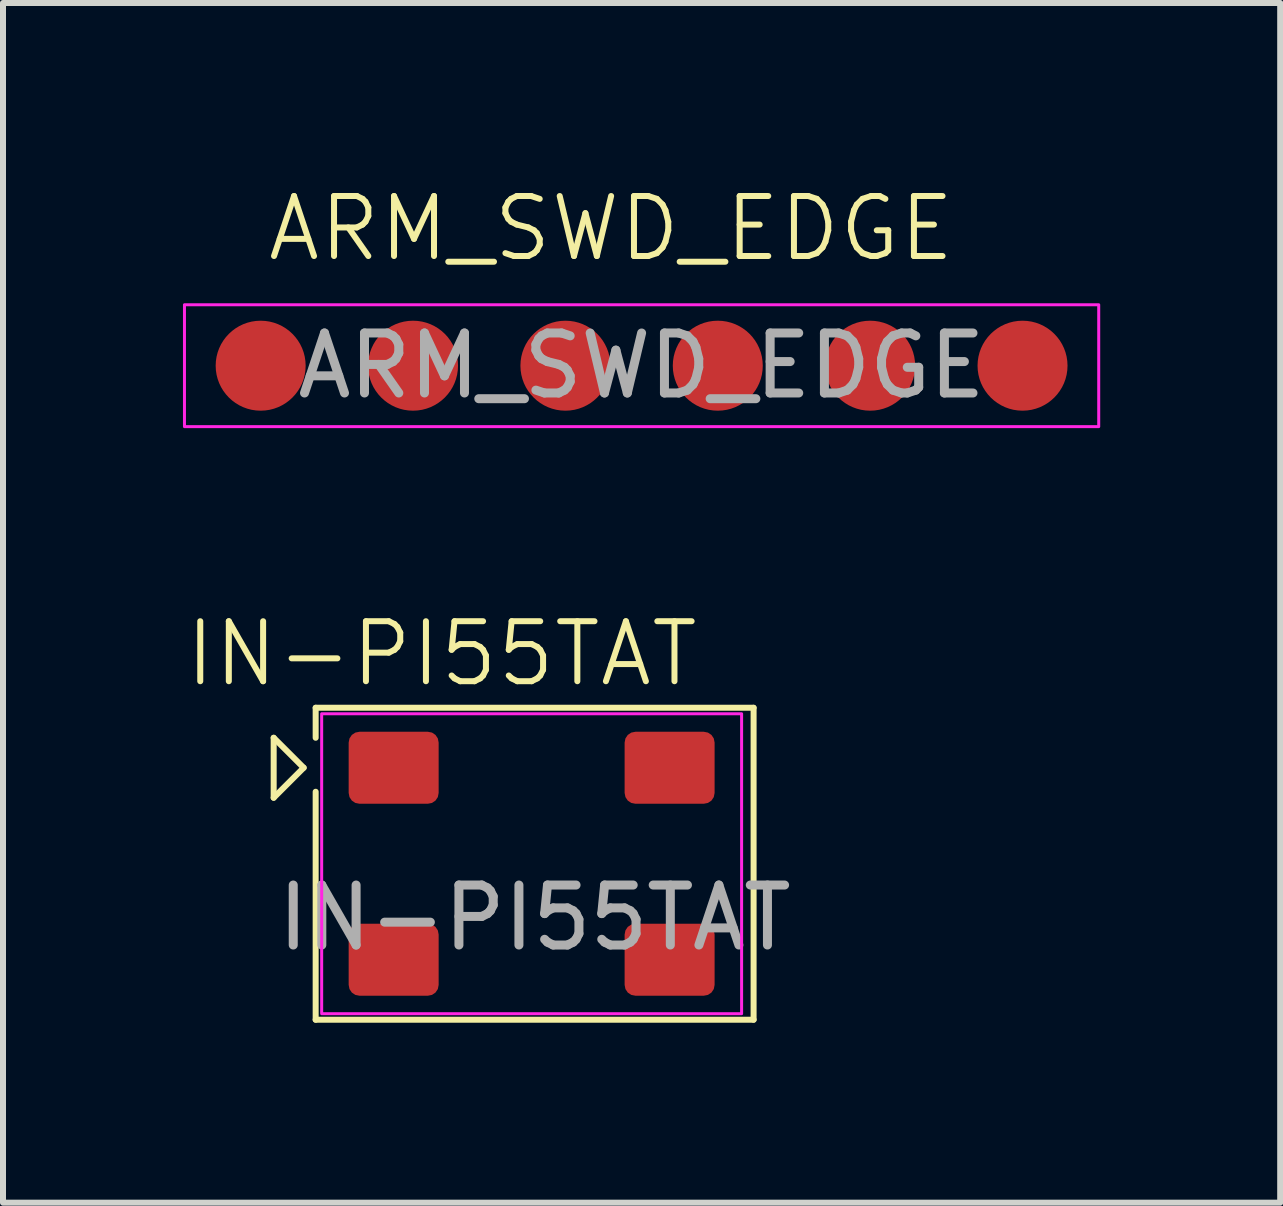
<source format=kicad_pcb>
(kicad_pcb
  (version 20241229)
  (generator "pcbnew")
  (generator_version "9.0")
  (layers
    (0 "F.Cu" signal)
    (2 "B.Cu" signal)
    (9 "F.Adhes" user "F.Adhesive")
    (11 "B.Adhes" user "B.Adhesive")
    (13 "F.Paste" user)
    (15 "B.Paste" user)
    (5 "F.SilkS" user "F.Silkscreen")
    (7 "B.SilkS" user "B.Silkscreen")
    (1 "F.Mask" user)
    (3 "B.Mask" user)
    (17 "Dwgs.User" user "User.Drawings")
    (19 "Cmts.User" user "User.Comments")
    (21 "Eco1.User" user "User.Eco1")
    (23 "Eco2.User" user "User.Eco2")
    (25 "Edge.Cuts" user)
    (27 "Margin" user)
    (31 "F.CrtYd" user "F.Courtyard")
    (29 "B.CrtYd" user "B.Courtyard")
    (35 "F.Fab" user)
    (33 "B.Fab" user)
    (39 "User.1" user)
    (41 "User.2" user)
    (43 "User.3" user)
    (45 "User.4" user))
  (footprint "ARM_SWD_EDGE"
    (layer "F.Cu")
    (at 7.645 3.046)
    (property "Reference" "ARM_SWD_EDGE" (at -0.508 -2.286 0) (unlocked yes) (layer "F.SilkS") (effects (font (size 1 1) (thickness 0.1))))
    (attr smd)
    (fp_rect (start -7.62 -1.016) (end 7.62 1.016) (stroke (width 0.05) (type default)) (fill no) (layer "F.CrtYd"))
    (fp_text user "${REFERENCE}" (at 0 0 0) (unlocked yes) (layer "F.Fab") (effects (font (size 1 1) (thickness 0.15))))
    (pad "1" smd circle (at -6.35 0) (size 1.5 1.5) (layers "F.Cu" "F.Mask" "F.Paste"))
    (pad "2" smd circle (at -3.81 0) (size 1.5 1.5) (layers "F.Cu" "F.Mask" "F.Paste"))
    (pad "3" smd circle (at -1.27 0) (size 1.5 1.5) (layers "F.Cu" "F.Mask" "F.Paste"))
    (pad "4" smd circle (at 1.27 0) (size 1.5 1.5) (layers "F.Cu" "F.Mask" "F.Paste"))
    (pad "5" smd circle (at 3.81 0) (size 1.5 1.5) (layers "F.Cu" "F.Mask" "F.Paste"))
    (pad "6" smd circle (at 6.35 0) (size 1.5 1.5) (layers "F.Cu" "F.Mask" "F.Paste")))
  (footprint "IN-PI55TAT"
    (layer "F.Cu")
    (at 5.812 11.348)
    (property "Reference" "IN-PI55TAT" (at -1.5 -3.5 0) (unlocked yes) (layer "F.SilkS") (effects (font (size 1 1) (thickness 0.1))))
    (attr smd)
    (fp_line (start -4.3 -2.1) (end -3.8 -1.6) (stroke (width 0.1) (type default)) (layer "F.SilkS"))
    (fp_line (start -4.3 -1.1) (end -4.3 -2.1) (stroke (width 0.1) (type default)) (layer "F.SilkS"))
    (fp_line (start -3.8 -1.6) (end -4.3 -1.1) (stroke (width 0.1) (type default)) (layer "F.SilkS"))
    (fp_line (start -3.6 -2.6) (end 3.7 -2.6) (stroke (width 0.1) (type default)) (layer "F.SilkS"))
    (fp_line (start -3.6 -2.1) (end -3.6 -2.6) (stroke (width 0.1) (type default)) (layer "F.SilkS"))
    (fp_line (start -3.6 2.6) (end -3.6 -1.2) (stroke (width 0.1) (type default)) (layer "F.SilkS"))
    (fp_line (start 3.7 -2.6) (end 3.7 2.6) (stroke (width 0.1) (type default)) (layer "F.SilkS"))
    (fp_line (start 3.7 2.6) (end -3.6 2.6) (stroke (width 0.1) (type default)) (layer "F.SilkS"))
    (fp_rect (start -3.5 -2.5) (end 3.5 2.5) (stroke (width 0.05) (type default)) (fill no) (layer "F.CrtYd"))
    (fp_text user "${REFERENCE}" (at 0.05 0.9 0) (unlocked yes) (layer "F.Fab") (effects (font (size 1 1) (thickness 0.15))))
    (pad "1" smd roundrect (at -2.3 -1.6) (size 1.5 1.2) (layers "F.Cu" "F.Mask" "F.Paste") (roundrect_rratio 0.15))
    (pad "2" smd roundrect (at 2.3 -1.6) (size 1.5 1.2) (layers "F.Cu" "F.Mask" "F.Paste") (roundrect_rratio 0.15))
    (pad "3" smd roundrect (at 2.3 1.6) (size 1.5 1.2) (layers "F.Cu" "F.Mask" "F.Paste") (roundrect_rratio 0.15))
    (pad "4" smd roundrect (at -2.3 1.6) (size 1.5 1.2) (layers "F.Cu" "F.Mask" "F.Paste") (roundrect_rratio 0.15)))
  (gr_rect
    (start -3 -3)
    (end 18.29 16.998)
    (stroke (width 0.1) (type default))
    (fill no)
    (layer "Edge.Cuts")))
</source>
